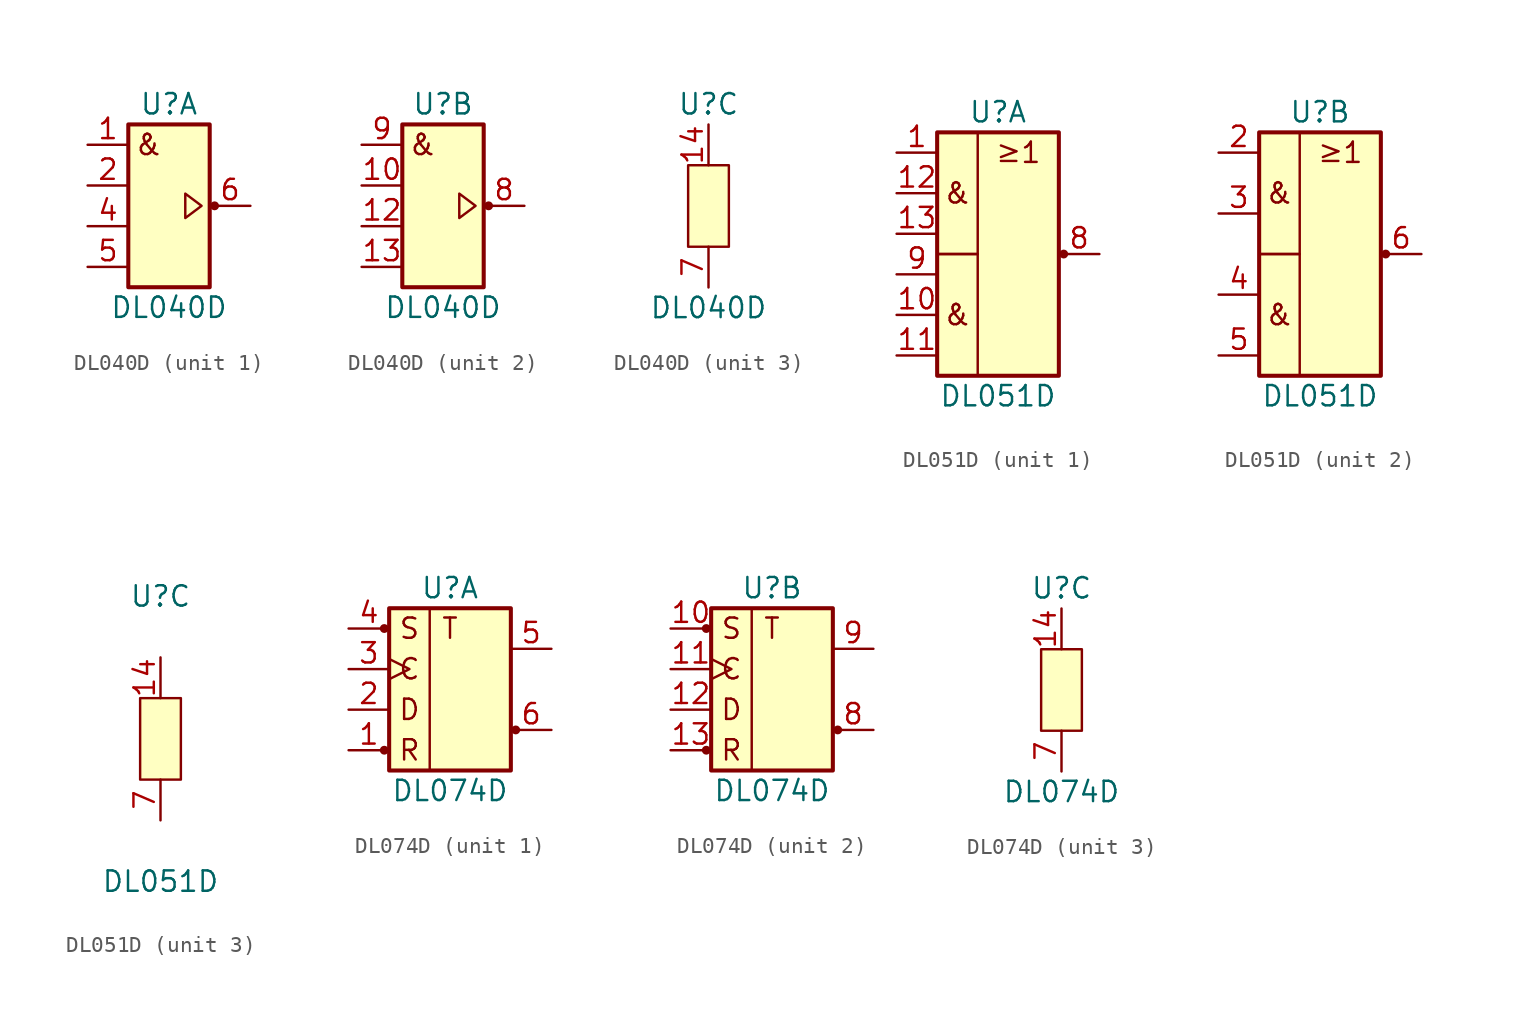
<source format=kicad_sym>
(kicad_symbol_lib
  (version 20211014)
  (generator kicad_symbol_editor)
  (symbol "DL040D"
    (pin_names
      (offset 1.016) hide)
    (property "Reference" "U"
      (at 0 6.35 0)
      (effects (font (size 1.27 1.27))))
    (property "Value" "DL040D"
      (at 0 -6.35 0)
      (effects (font (size 1.27 1.27))))
    (property "ki_locked" ""
      (at 0 0 0)
      (effects (font (size 1.27 1.27))))
    (symbol "DL040D_1_0"
      (pin output line (at 5.08 0 180) (length 2.54) (name "Y1" (effects (font (size 1.27 1.27)))) (number "6" (effects (font (size 1.27 1.27))))))
    (symbol "DL040D_1_1"
      (rectangle (start -2.54 5.08) (end 2.54 -5.08) (stroke (width 0.254) (type default) (color 0 0 0 0)) (fill (type background)))
      (polyline (pts (xy 2.032 0) (xy 1.016 0.762) (xy 1.016 -0.762) (xy 2.032 0)) (stroke (width 0) (type default) (color 0 0 0 0)) (fill (type none)))
      (circle (center 2.845 0) (radius 0.203) (stroke (width 0) (type default) (color 0 0 0 0)) (fill (type outline)))
      (text "&" (at -1.27 3.81 0) (effects (font (size 1.27 1.27))))
      (pin input line (at -5.08 3.81 0) (length 2.54) (name "A1" (effects (font (size 1.27 1.27)))) (number "1" (effects (font (size 1.27 1.27)))))
      (pin input line (at -5.08 1.27 0) (length 2.54) (name "B1" (effects (font (size 1.27 1.27)))) (number "2" (effects (font (size 1.27 1.27)))))
      (pin input line (at -5.08 -1.27 0) (length 2.54) (name "C1" (effects (font (size 1.27 1.27)))) (number "4" (effects (font (size 1.27 1.27)))))
      (pin input line (at -5.08 -3.81 0) (length 2.54) (name "D1" (effects (font (size 1.27 1.27)))) (number "5" (effects (font (size 1.27 1.27))))))
    (symbol "DL040D_2_1"
      (rectangle (start -2.54 5.08) (end 2.54 -5.08) (stroke (width 0.254) (type default) (color 0 0 0 0)) (fill (type background)))
      (polyline (pts (xy 2.032 0) (xy 1.016 0.762) (xy 1.016 -0.762) (xy 2.032 0)) (stroke (width 0) (type default) (color 0 0 0 0)) (fill (type none)))
      (circle (center 2.845 0) (radius 0.203) (stroke (width 0) (type default) (color 0 0 0 0)) (fill (type outline)))
      (text "&" (at -1.27 3.81 0) (effects (font (size 1.27 1.27))))
      (pin input line (at -5.08 1.27 0) (length 2.54) (name "B2" (effects (font (size 1.27 1.27)))) (number "10" (effects (font (size 1.27 1.27)))))
      (pin input line (at -5.08 -1.27 0) (length 2.54) (name "C2" (effects (font (size 1.27 1.27)))) (number "12" (effects (font (size 1.27 1.27)))))
      (pin input line (at -5.08 -3.81 0) (length 2.54) (name "D2" (effects (font (size 1.27 1.27)))) (number "13" (effects (font (size 1.27 1.27)))))
      (pin output line (at 5.08 0 180) (length 2.54) (name "Y2" (effects (font (size 1.27 1.27)))) (number "8" (effects (font (size 1.27 1.27)))))
      (pin input line (at -5.08 3.81 0) (length 2.54) (name "A2" (effects (font (size 1.27 1.27)))) (number "9" (effects (font (size 1.27 1.27))))))
    (symbol "DL040D_3_1"
      (rectangle (start -1.27 2.54) (end 1.27 -2.54) (stroke (width 0) (type default) (color 0 0 0 0)) (fill (type background)))
      (pin power_in line (at 0 5.08 270) (length 2.54) (name "Vcc" (effects (font (size 1.27 1.27)))) (number "14" (effects (font (size 1.27 1.27)))))
      (pin power_in line (at 0 -5.08 90) (length 2.54) (name "GND" (effects (font (size 1.27 1.27)))) (number "7" (effects (font (size 1.27 1.27)))))))
  (symbol "DL051D"
    (pin_names
      (offset 1.016) hide)
    (property "Reference" "U"
      (at 0 8.89 0)
      (effects (font (size 1.27 1.27))))
    (property "Value" "DL051D"
      (at 0 -8.89 0)
      (effects (font (size 1.27 1.27))))
    (property "ki_locked" ""
      (at 0 0 0)
      (effects (font (size 1.27 1.27))))
    (symbol "DL051D_1_0"
      (pin output line (at 6.35 0 180) (length 2.54) (name "1Y" (effects (font (size 1.27 1.27)))) (number "8" (effects (font (size 1.27 1.27))))))
    (symbol "DL051D_1_1"
      (rectangle (start -3.81 0) (end -1.27 -7.62) (stroke (width 0) (type default) (color 0 0 0 0)) (fill (type none)))
      (rectangle (start -3.81 7.62) (end -1.27 0) (stroke (width 0) (type default) (color 0 0 0 0)) (fill (type none)))
      (rectangle (start -3.81 7.62) (end 3.81 -7.62) (stroke (width 0.254) (type default) (color 0 0 0 0)) (fill (type background)))
      (circle (center 4.115 0) (radius 0.203) (stroke (width 0) (type default) (color 0 0 0 0)) (fill (type outline)))
      (text "&" (at -2.54 -3.81 0) (effects (font (size 1.27 1.27))))
      (text "&" (at -2.54 3.81 0) (effects (font (size 1.27 1.27))))
      (text "≥1" (at 1.27 6.35 0) (effects (font (size 1.27 1.27))))
      (pin input line (at -6.35 6.35 0) (length 2.54) (name "1A" (effects (font (size 1.27 1.27)))) (number "1" (effects (font (size 1.27 1.27)))))
      (pin input line (at -6.35 -3.81 0) (length 2.54) (name "1E" (effects (font (size 1.27 1.27)))) (number "10" (effects (font (size 1.27 1.27)))))
      (pin input line (at -6.35 -6.35 0) (length 2.54) (name "1F" (effects (font (size 1.27 1.27)))) (number "11" (effects (font (size 1.27 1.27)))))
      (pin input line (at -6.35 3.81 0) (length 2.54) (name "1B" (effects (font (size 1.27 1.27)))) (number "12" (effects (font (size 1.27 1.27)))))
      (pin input line (at -6.35 1.27 0) (length 2.54) (name "1C" (effects (font (size 1.27 1.27)))) (number "13" (effects (font (size 1.27 1.27)))))
      (pin input line (at -6.35 -1.27 0) (length 2.54) (name "1D" (effects (font (size 1.27 1.27)))) (number "9" (effects (font (size 1.27 1.27))))))
    (symbol "DL051D_2_1"
      (rectangle (start -3.81 0) (end -1.27 -7.62) (stroke (width 0) (type default) (color 0 0 0 0)) (fill (type none)))
      (rectangle (start -3.81 7.62) (end -1.27 0) (stroke (width 0) (type default) (color 0 0 0 0)) (fill (type none)))
      (rectangle (start -3.81 7.62) (end 3.81 -7.62) (stroke (width 0.254) (type default) (color 0 0 0 0)) (fill (type background)))
      (circle (center 4.115 0) (radius 0.203) (stroke (width 0) (type default) (color 0 0 0 0)) (fill (type outline)))
      (text "&" (at -2.54 -3.81 0) (effects (font (size 1.27 1.27))))
      (text "&" (at -2.54 3.81 0) (effects (font (size 1.27 1.27))))
      (text "≥1" (at 1.27 6.35 0) (effects (font (size 1.27 1.27))))
      (pin input line (at -6.35 6.35 0) (length 2.54) (name "2A" (effects (font (size 1.27 1.27)))) (number "2" (effects (font (size 1.27 1.27)))))
      (pin input line (at -6.35 2.54 0) (length 2.54) (name "2B" (effects (font (size 1.27 1.27)))) (number "3" (effects (font (size 1.27 1.27)))))
      (pin input line (at -6.35 -2.54 0) (length 2.54) (name "2D" (effects (font (size 1.27 1.27)))) (number "4" (effects (font (size 1.27 1.27)))))
      (pin input line (at -6.35 -6.35 0) (length 2.54) (name "2E" (effects (font (size 1.27 1.27)))) (number "5" (effects (font (size 1.27 1.27)))))
      (pin output line (at 6.35 0 180) (length 2.54) (name "2Y" (effects (font (size 1.27 1.27)))) (number "6" (effects (font (size 1.27 1.27))))))
    (symbol "DL051D_3_1"
      (rectangle (start -1.27 2.54) (end 1.27 -2.54) (stroke (width 0) (type default) (color 0 0 0 0)) (fill (type background)))
      (pin power_in line (at 0 5.08 270) (length 2.54) (name "Vcc" (effects (font (size 1.27 1.27)))) (number "14" (effects (font (size 1.27 1.27)))))
      (pin power_in line (at 0 -5.08 90) (length 2.54) (name "GND" (effects (font (size 1.27 1.27)))) (number "7" (effects (font (size 1.27 1.27)))))))
  (symbol "DL074D"
    (pin_names
      (offset 1.016) hide)
    (property "Reference" "U"
      (at 0 6.35 0)
      (effects (font (size 1.27 1.27))))
    (property "Value" "DL074D"
      (at 0 -6.35 0)
      (effects (font (size 1.27 1.27))))
    (property "ki_locked" ""
      (at 0 0 0)
      (effects (font (size 1.27 1.27))))
    (symbol "DL074D_1_1"
      (circle (center -4.115 -3.81) (radius 0.203) (stroke (width 0) (type default) (color 0 0 0 0)) (fill (type outline)))
      (circle (center -4.115 3.81) (radius 0.203) (stroke (width 0) (type default) (color 0 0 0 0)) (fill (type outline)))
      (rectangle (start -3.81 5.08) (end -1.27 -5.08) (stroke (width 0) (type default) (color 0 0 0 0)) (fill (type none)))
      (rectangle (start -3.81 5.08) (end 3.81 -5.08) (stroke (width 0.254) (type default) (color 0 0 0 0)) (fill (type background)))
      (circle (center 4.115 -2.54) (radius 0.203) (stroke (width 0) (type default) (color 0 0 0 0)) (fill (type outline)))
      (text "C" (at -2.54 1.27 0) (effects (font (size 1.27 1.27))))
      (text "D" (at -2.54 -1.27 0) (effects (font (size 1.27 1.27))))
      (text "R" (at -2.54 -3.81 0) (effects (font (size 1.27 1.27))))
      (text "S" (at -2.54 3.81 0) (effects (font (size 1.27 1.27))))
      (text "T" (at 0 3.81 0) (effects (font (size 1.27 1.27))))
      (pin input line (at -6.35 -3.81 0) (length 2.54) (name "R1" (effects (font (size 1.27 1.27)))) (number "1" (effects (font (size 1.27 1.27)))))
      (pin input line (at -6.35 -1.27 0) (length 2.54) (name "D1" (effects (font (size 1.27 1.27)))) (number "2" (effects (font (size 1.27 1.27)))))
      (pin input clock (at -6.35 1.27 0) (length 2.54) (name "T1" (effects (font (size 1.27 1.27)))) (number "3" (effects (font (size 1.27 1.27)))))
      (pin input line (at -6.35 3.81 0) (length 2.54) (name "S1" (effects (font (size 1.27 1.27)))) (number "4" (effects (font (size 1.27 1.27)))))
      (pin output line (at 6.35 2.54 180) (length 2.54) (name "Q1" (effects (font (size 1.27 1.27)))) (number "5" (effects (font (size 1.27 1.27)))))
      (pin output line (at 6.35 -2.54 180) (length 2.54) (name "/Q1" (effects (font (size 1.27 1.27)))) (number "6" (effects (font (size 1.27 1.27))))))
    (symbol "DL074D_2_1"
      (circle (center -4.115 -3.81) (radius 0.203) (stroke (width 0) (type default) (color 0 0 0 0)) (fill (type outline)))
      (circle (center -4.115 3.81) (radius 0.203) (stroke (width 0) (type default) (color 0 0 0 0)) (fill (type outline)))
      (rectangle (start -3.81 5.08) (end -1.27 -5.08) (stroke (width 0) (type default) (color 0 0 0 0)) (fill (type none)))
      (rectangle (start -3.81 5.08) (end 3.81 -5.08) (stroke (width 0.254) (type default) (color 0 0 0 0)) (fill (type background)))
      (circle (center 4.115 -2.54) (radius 0.203) (stroke (width 0) (type default) (color 0 0 0 0)) (fill (type outline)))
      (text "C" (at -2.54 1.27 0) (effects (font (size 1.27 1.27))))
      (text "D" (at -2.54 -1.27 0) (effects (font (size 1.27 1.27))))
      (text "R" (at -2.54 -3.81 0) (effects (font (size 1.27 1.27))))
      (text "S" (at -2.54 3.81 0) (effects (font (size 1.27 1.27))))
      (text "T" (at 0 3.81 0) (effects (font (size 1.27 1.27))))
      (pin input line (at -6.35 3.81 0) (length 2.54) (name "S2" (effects (font (size 1.27 1.27)))) (number "10" (effects (font (size 1.27 1.27)))))
      (pin input clock (at -6.35 1.27 0) (length 2.54) (name "T2" (effects (font (size 1.27 1.27)))) (number "11" (effects (font (size 1.27 1.27)))))
      (pin input line (at -6.35 -1.27 0) (length 2.54) (name "D2" (effects (font (size 1.27 1.27)))) (number "12" (effects (font (size 1.27 1.27)))))
      (pin input line (at -6.35 -3.81 0) (length 2.54) (name "R2" (effects (font (size 1.27 1.27)))) (number "13" (effects (font (size 1.27 1.27)))))
      (pin output line (at 6.35 -2.54 180) (length 2.54) (name "/Q2" (effects (font (size 1.27 1.27)))) (number "8" (effects (font (size 1.27 1.27)))))
      (pin output line (at 6.35 2.54 180) (length 2.54) (name "Q2" (effects (font (size 1.27 1.27)))) (number "9" (effects (font (size 1.27 1.27))))))
    (symbol "DL074D_3_1"
      (rectangle (start -1.27 2.54) (end 1.27 -2.54) (stroke (width 0) (type default) (color 0 0 0 0)) (fill (type background)))
      (pin power_in line (at 0 5.08 270) (length 2.54) (name "Vcc" (effects (font (size 1.27 1.27)))) (number "14" (effects (font (size 1.27 1.27)))))
      (pin power_in line (at 0 -5.08 90) (length 2.54) (name "GND" (effects (font (size 1.27 1.27)))) (number "7" (effects (font (size 1.27 1.27))))))))
</source>
